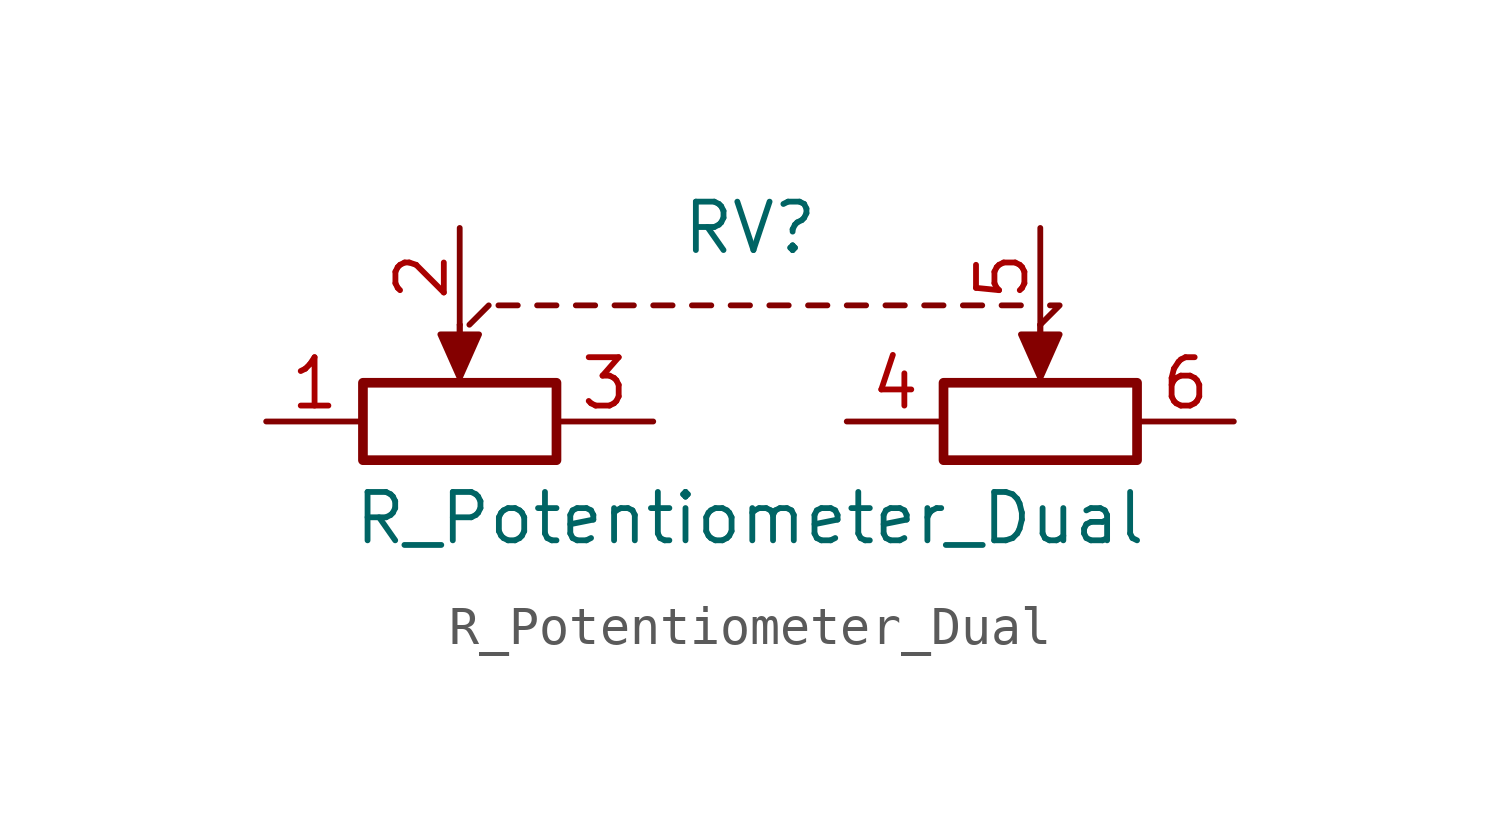
<source format=kicad_sym>
(kicad_symbol_lib
  (version 20220914)
  (generator kicad_symbol_editor)
  (symbol "R_Potentiometer_Dual"
    (pin_names
      (offset 1.016) hide)
    (property "Reference" "RV"
      (at 0 2.54 0)
      (effects (font (size 1.27 1.27))))
    (property "Value" "R_Potentiometer_Dual"
      (at 0 -5.08 0)
      (effects (font (size 1.27 1.27))))
    (symbol "R_Potentiometer_Dual_0_1"
      (rectangle (start -10.16 -1.524) (end -5.08 -3.556) (stroke (width 0.254) (type default)) (fill (type none)))
      (polyline (pts (xy -7.62 0) (xy -7.62 -1.016)) (stroke (width 0) (type default)) (fill (type none)))
      (polyline (pts (xy -7.62 0) (xy -7.62 -1.016)) (stroke (width 0) (type default)) (fill (type none)))
      (polyline (pts (xy -7.366 0) (xy -6.858 0.508)) (stroke (width 0) (type default)) (fill (type none)))
      (polyline (pts (xy -6.604 0.508) (xy -6.096 0.508)) (stroke (width 0) (type default)) (fill (type none)))
      (polyline (pts (xy -5.588 0.508) (xy -5.08 0.508)) (stroke (width 0) (type default)) (fill (type none)))
      (polyline (pts (xy -4.572 0.508) (xy -4.064 0.508)) (stroke (width 0) (type default)) (fill (type none)))
      (polyline (pts (xy -3.556 0.508) (xy -3.048 0.508)) (stroke (width 0) (type default)) (fill (type none)))
      (polyline (pts (xy -2.54 0.508) (xy -2.032 0.508)) (stroke (width 0) (type default)) (fill (type none)))
      (polyline (pts (xy -1.524 0.508) (xy -1.016 0.508)) (stroke (width 0) (type default)) (fill (type none)))
      (polyline (pts (xy -0.508 0.508) (xy 0 0.508)) (stroke (width 0) (type default)) (fill (type none)))
      (polyline (pts (xy 0.508 0.508) (xy 1.016 0.508)) (stroke (width 0) (type default)) (fill (type none)))
      (polyline (pts (xy 1.524 0.508) (xy 2.032 0.508)) (stroke (width 0) (type default)) (fill (type none)))
      (polyline (pts (xy 2.54 0.508) (xy 3.048 0.508)) (stroke (width 0) (type default)) (fill (type none)))
      (polyline (pts (xy 3.556 0.508) (xy 4.064 0.508)) (stroke (width 0) (type default)) (fill (type none)))
      (polyline (pts (xy 4.572 0.508) (xy 5.08 0.508)) (stroke (width 0) (type default)) (fill (type none)))
      (polyline (pts (xy 5.588 0.508) (xy 6.096 0.508)) (stroke (width 0) (type default)) (fill (type none)))
      (polyline (pts (xy 6.604 0.508) (xy 7.112 0.508)) (stroke (width 0) (type default)) (fill (type none)))
      (polyline (pts (xy 7.62 0) (xy 7.62 -1.016)) (stroke (width 0) (type default)) (fill (type none)))
      (polyline (pts (xy 7.62 0) (xy 7.62 -1.016)) (stroke (width 0) (type default)) (fill (type none)))
      (polyline (pts (xy 7.874 0.508) (xy 8.128 0.508) (xy 7.62 0)) (stroke (width 0) (type default)) (fill (type none)))
      (polyline (pts (xy -7.62 -1.397) (xy -8.128 -0.254) (xy -7.112 -0.254) (xy -7.62 -1.397)) (stroke (width 0) (type default)) (fill (type outline)))
      (polyline (pts (xy 7.62 -1.397) (xy 7.112 -0.254) (xy 8.128 -0.254) (xy 7.62 -1.397)) (stroke (width 0) (type default)) (fill (type outline)))
      (rectangle (start 5.08 -1.524) (end 10.16 -3.556) (stroke (width 0.254) (type default)) (fill (type none))))
    (symbol "R_Potentiometer_Dual_1_1"
      (pin passive line (at -12.7 -2.54 0) (length 2.54) (name "1" (effects (font (size 1.27 1.27)))) (number "1" (effects (font (size 1.27 1.27)))))
      (pin passive line (at -7.62 2.54 270) (length 2.54) (name "2" (effects (font (size 1.27 1.27)))) (number "2" (effects (font (size 1.27 1.27)))))
      (pin passive line (at -2.54 -2.54 180) (length 2.54) (name "3" (effects (font (size 1.27 1.27)))) (number "3" (effects (font (size 1.27 1.27)))))
      (pin passive line (at 2.54 -2.54 0) (length 2.54) (name "4" (effects (font (size 1.27 1.27)))) (number "4" (effects (font (size 1.27 1.27)))))
      (pin passive line (at 7.62 2.54 270) (length 2.54) (name "5" (effects (font (size 1.27 1.27)))) (number "5" (effects (font (size 1.27 1.27)))))
      (pin passive line (at 12.7 -2.54 180) (length 2.54) (name "6" (effects (font (size 1.27 1.27)))) (number "6" (effects (font (size 1.27 1.27))))))))
</source>
